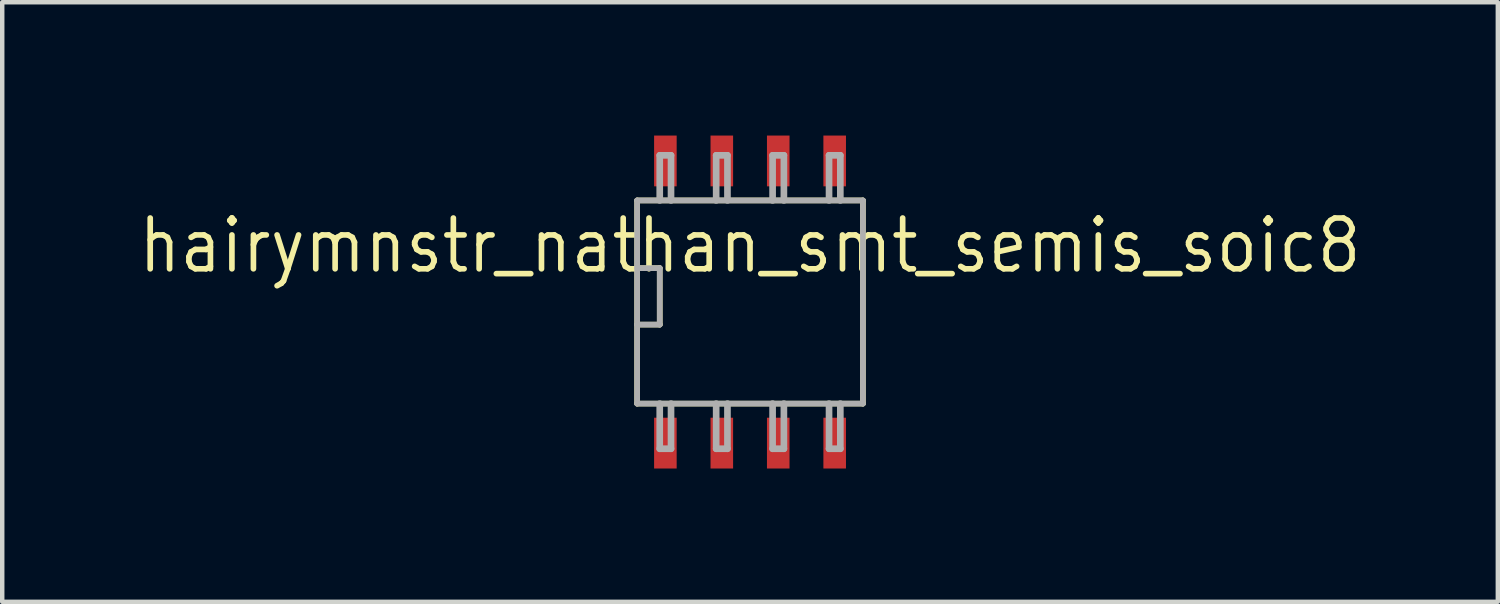
<source format=kicad_pcb>
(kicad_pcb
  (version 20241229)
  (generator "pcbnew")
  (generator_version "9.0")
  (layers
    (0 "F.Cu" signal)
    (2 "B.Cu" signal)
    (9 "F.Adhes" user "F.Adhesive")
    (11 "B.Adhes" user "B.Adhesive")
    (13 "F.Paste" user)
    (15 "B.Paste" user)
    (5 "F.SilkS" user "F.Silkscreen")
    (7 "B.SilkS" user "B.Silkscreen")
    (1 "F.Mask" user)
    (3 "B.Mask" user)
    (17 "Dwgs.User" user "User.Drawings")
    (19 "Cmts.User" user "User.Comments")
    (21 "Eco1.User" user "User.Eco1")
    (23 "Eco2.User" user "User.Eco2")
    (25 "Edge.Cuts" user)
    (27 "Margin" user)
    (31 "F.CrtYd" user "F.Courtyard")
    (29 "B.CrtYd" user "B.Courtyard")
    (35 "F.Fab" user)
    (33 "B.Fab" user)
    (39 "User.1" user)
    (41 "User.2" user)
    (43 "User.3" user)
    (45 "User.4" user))
  (footprint "hairymnstr_nathan_smt_semis_soic8"
    (layer "F.Cu")
    (at 13.829 3.747)
    (property "Reference" "hairymnstr_nathan_smt_semis_soic8" (at 0 -1.27 0) (layer "F.SilkS") (effects (font (size 1.143 1.016) (thickness 0.127))))
    (attr smd)
    (fp_line (start -2.54 -2.286) (end 2.54 -2.286) (stroke (width 0.127) (type solid)) (layer "F.SilkS"))
    (fp_line (start -2.54 -0.762) (end -2.032 -0.762) (stroke (width 0.127) (type solid)) (layer "F.SilkS"))
    (fp_line (start -2.54 2.286) (end -2.54 -2.286) (stroke (width 0.127) (type solid)) (layer "F.SilkS"))
    (fp_line (start -2.032 -0.762) (end -2.032 0.508) (stroke (width 0.127) (type solid)) (layer "F.SilkS"))
    (fp_line (start -2.032 0.508) (end -2.54 0.508) (stroke (width 0.127) (type solid)) (layer "F.SilkS"))
    (fp_line (start 2.54 -2.286) (end 2.54 2.286) (stroke (width 0.127) (type solid)) (layer "F.SilkS"))
    (fp_line (start 2.54 2.286) (end -2.54 2.286) (stroke (width 0.127) (type solid)) (layer "F.SilkS"))
    (fp_line (start -2.54 -2.286) (end 2.54 -2.286) (stroke (width 0.127) (type solid)) (layer "F.Fab"))
    (fp_line (start -2.54 -0.762) (end -2.032 -0.762) (stroke (width 0.127) (type solid)) (layer "F.Fab"))
    (fp_line (start -2.54 2.286) (end -2.54 -2.286) (stroke (width 0.127) (type solid)) (layer "F.Fab"))
    (fp_line (start -2.032 -3.302) (end -1.778 -3.302) (stroke (width 0.15) (type solid)) (layer "F.Fab"))
    (fp_line (start -2.032 -2.286) (end -2.032 -3.302) (stroke (width 0.15) (type solid)) (layer "F.Fab"))
    (fp_line (start -2.032 -0.762) (end -2.032 0.508) (stroke (width 0.127) (type solid)) (layer "F.Fab"))
    (fp_line (start -2.032 0.508) (end -2.54 0.508) (stroke (width 0.127) (type solid)) (layer "F.Fab"))
    (fp_line (start -2.032 2.286) (end -2.032 3.302) (stroke (width 0.15) (type solid)) (layer "F.Fab"))
    (fp_line (start -2.032 3.302) (end -1.778 3.302) (stroke (width 0.15) (type solid)) (layer "F.Fab"))
    (fp_line (start -1.778 -3.302) (end -1.778 -2.286) (stroke (width 0.15) (type solid)) (layer "F.Fab"))
    (fp_line (start -1.778 3.302) (end -1.778 2.286) (stroke (width 0.15) (type solid)) (layer "F.Fab"))
    (fp_line (start -0.762 -3.302) (end -0.508 -3.302) (stroke (width 0.15) (type solid)) (layer "F.Fab"))
    (fp_line (start -0.762 -2.286) (end -0.762 -3.302) (stroke (width 0.15) (type solid)) (layer "F.Fab"))
    (fp_line (start -0.762 2.286) (end -0.762 3.302) (stroke (width 0.15) (type solid)) (layer "F.Fab"))
    (fp_line (start -0.762 3.302) (end -0.508 3.302) (stroke (width 0.15) (type solid)) (layer "F.Fab"))
    (fp_line (start -0.508 -3.302) (end -0.508 -2.286) (stroke (width 0.15) (type solid)) (layer "F.Fab"))
    (fp_line (start -0.508 3.302) (end -0.508 2.286) (stroke (width 0.15) (type solid)) (layer "F.Fab"))
    (fp_line (start 0.508 -3.302) (end 0.762 -3.302) (stroke (width 0.15) (type solid)) (layer "F.Fab"))
    (fp_line (start 0.508 -2.286) (end 0.508 -3.302) (stroke (width 0.15) (type solid)) (layer "F.Fab"))
    (fp_line (start 0.508 2.286) (end 0.508 3.302) (stroke (width 0.15) (type solid)) (layer "F.Fab"))
    (fp_line (start 0.508 3.302) (end 0.762 3.302) (stroke (width 0.15) (type solid)) (layer "F.Fab"))
    (fp_line (start 0.762 -3.302) (end 0.762 -2.286) (stroke (width 0.15) (type solid)) (layer "F.Fab"))
    (fp_line (start 0.762 3.302) (end 0.762 2.286) (stroke (width 0.15) (type solid)) (layer "F.Fab"))
    (fp_line (start 1.778 -3.302) (end 2.032 -3.302) (stroke (width 0.15) (type solid)) (layer "F.Fab"))
    (fp_line (start 1.778 -2.286) (end 1.778 -3.302) (stroke (width 0.15) (type solid)) (layer "F.Fab"))
    (fp_line (start 1.778 2.286) (end 1.778 3.302) (stroke (width 0.15) (type solid)) (layer "F.Fab"))
    (fp_line (start 1.778 3.302) (end 2.032 3.302) (stroke (width 0.15) (type solid)) (layer "F.Fab"))
    (fp_line (start 2.032 -3.302) (end 2.032 -2.286) (stroke (width 0.15) (type solid)) (layer "F.Fab"))
    (fp_line (start 2.032 3.302) (end 2.032 2.286) (stroke (width 0.15) (type solid)) (layer "F.Fab"))
    (fp_line (start 2.54 -2.286) (end 2.54 2.286) (stroke (width 0.127) (type solid)) (layer "F.Fab"))
    (fp_line (start 2.54 2.286) (end -2.54 2.286) (stroke (width 0.127) (type solid)) (layer "F.Fab"))
    (pad "1" smd rect (at -1.905 3.175) (size 0.508 1.143) (layers "F.Cu" "F.Mask" "F.Paste"))
    (pad "2" smd rect (at -0.635 3.175) (size 0.508 1.143) (layers "F.Cu" "F.Mask" "F.Paste"))
    (pad "3" smd rect (at 0.635 3.175) (size 0.508 1.143) (layers "F.Cu" "F.Mask" "F.Paste"))
    (pad "4" smd rect (at 1.905 3.175) (size 0.508 1.143) (layers "F.Cu" "F.Mask" "F.Paste"))
    (pad "5" smd rect (at 1.905 -3.175) (size 0.508 1.143) (layers "F.Cu" "F.Mask" "F.Paste"))
    (pad "6" smd rect (at 0.635 -3.175) (size 0.508 1.143) (layers "F.Cu" "F.Mask" "F.Paste"))
    (pad "7" smd rect (at -0.635 -3.175) (size 0.508 1.143) (layers "F.Cu" "F.Mask" "F.Paste"))
    (pad "8" smd rect (at -1.905 -3.175) (size 0.508 1.143) (layers "F.Cu" "F.Mask" "F.Paste")))
  (gr_rect
    (start -3 -3)
    (end 30.658 10.493)
    (stroke (width 0.1) (type default))
    (fill no)
    (layer "Edge.Cuts")))
</source>
